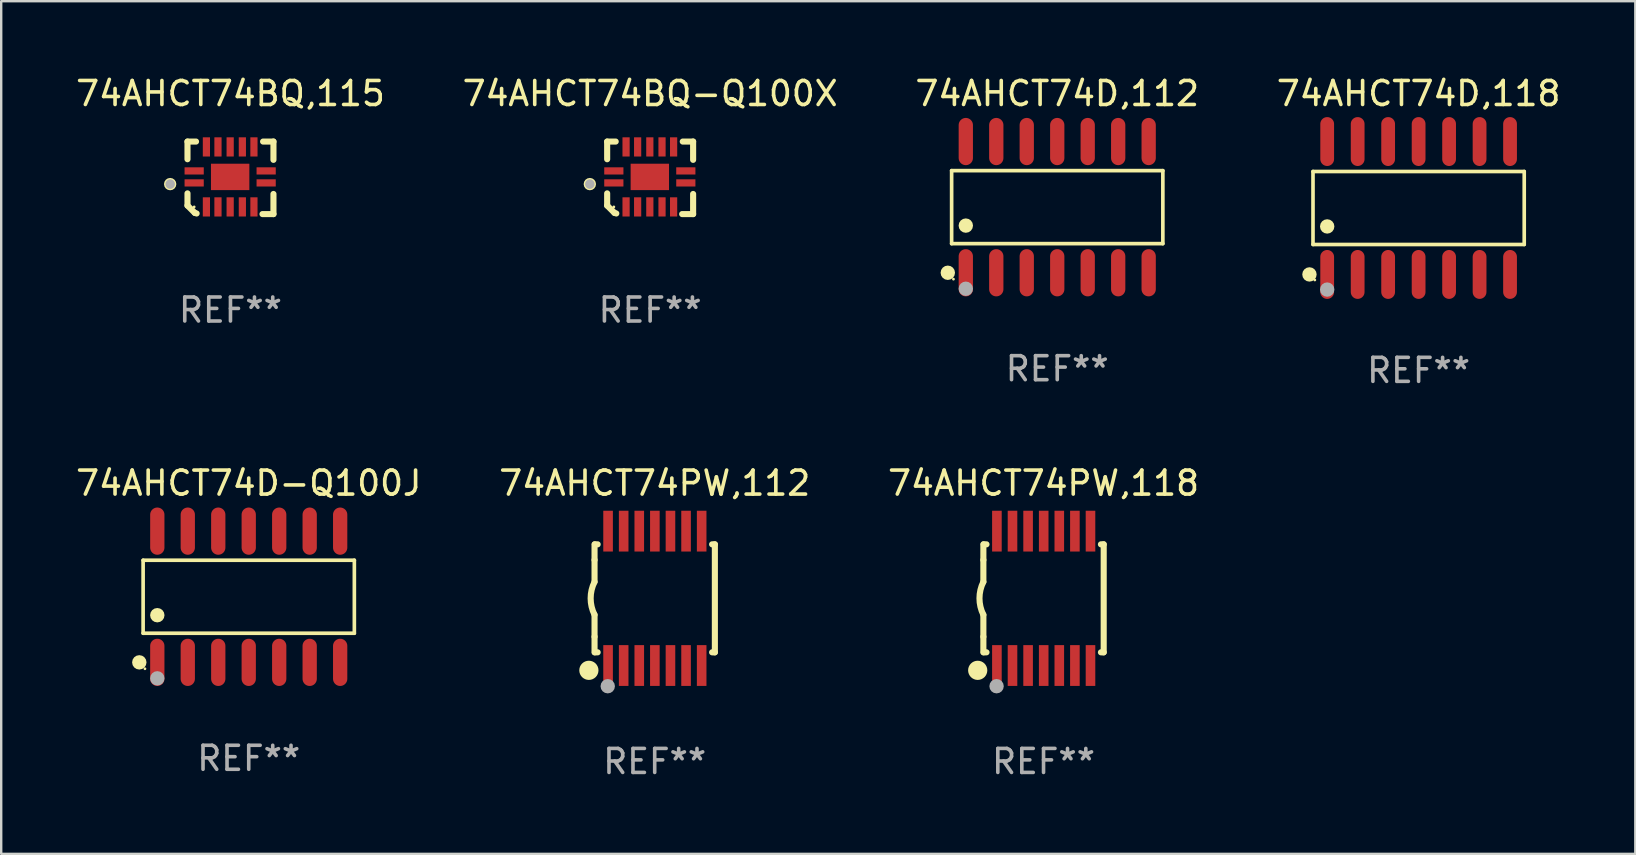
<source format=kicad_pcb>
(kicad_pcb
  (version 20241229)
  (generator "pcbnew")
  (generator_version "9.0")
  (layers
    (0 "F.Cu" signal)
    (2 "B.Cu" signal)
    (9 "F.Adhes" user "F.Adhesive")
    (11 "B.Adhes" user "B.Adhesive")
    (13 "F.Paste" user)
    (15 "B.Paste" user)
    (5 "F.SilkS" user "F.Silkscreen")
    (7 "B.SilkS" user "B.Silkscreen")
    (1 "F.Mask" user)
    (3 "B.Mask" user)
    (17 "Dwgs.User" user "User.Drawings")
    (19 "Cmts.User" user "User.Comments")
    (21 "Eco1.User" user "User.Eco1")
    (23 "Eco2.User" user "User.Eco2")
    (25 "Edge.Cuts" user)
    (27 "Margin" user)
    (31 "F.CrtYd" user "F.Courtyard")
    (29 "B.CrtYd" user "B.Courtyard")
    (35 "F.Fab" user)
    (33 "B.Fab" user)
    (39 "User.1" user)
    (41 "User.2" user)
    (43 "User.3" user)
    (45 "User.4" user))
  (footprint "74AHCT74BQ,115"
    (layer "F.Cu")
    (at 6.554 4.36)
    (property "Reference" "74AHCT74BQ,115" (at 0 -3.511 0) (layer "F.SilkS") (effects (font (size 1 1) (thickness 0.15))))
    (attr through_hole)
    (fp_line (start -1.791 -1.511) (end -1.435 -1.511) (stroke (width 0.254) (type solid)) (layer "F.SilkS"))
    (fp_line (start -1.791 -0.775) (end -1.791 -1.511) (stroke (width 0.254) (type solid)) (layer "F.SilkS"))
    (fp_line (start -1.791 1.156) (end -1.791 0.648) (stroke (width 0.254) (type solid)) (layer "F.SilkS"))
    (fp_line (start -1.486 1.461) (end -1.791 1.156) (stroke (width 0.254) (type solid)) (layer "F.SilkS"))
    (fp_line (start -1.41 1.486) (end -1.486 1.461) (stroke (width 0.254) (type solid)) (layer "F.SilkS"))
    (fp_line (start 1.334 1.511) (end 1.791 1.511) (stroke (width 0.254) (type solid)) (layer "F.SilkS"))
    (fp_line (start 1.791 -1.511) (end 1.359 -1.511) (stroke (width 0.254) (type solid)) (layer "F.SilkS"))
    (fp_line (start 1.791 -0.749) (end 1.791 -1.511) (stroke (width 0.254) (type solid)) (layer "F.SilkS"))
    (fp_line (start 1.791 1.511) (end 1.791 0.673) (stroke (width 0.254) (type solid)) (layer "F.SilkS"))
    (fp_circle (center -2.513 0.262) (end -2.383 0.262) (stroke (width 0.254) (type solid)) (fill no) (layer "F.SilkS"))
    (fp_circle (center -1.513 1.212) (end -1.483 1.212) (stroke (width 0.06) (type solid)) (fill no) (layer "F.SilkS"))
    (fp_circle (center -2.513 0.262) (end -2.413 0.262) (stroke (width 0.2) (type solid)) (fill no) (layer "F.Fab"))
    (fp_text user "REF**" (at 0 5.511 0) (layer "F.Fab") (effects (font (size 1 1) (thickness 0.15))))
    (pad "1" smd rect (at -1.513 0.212) (size 0.8 0.3) (layers "F.Cu" "F.Mask" "F.Paste"))
    (pad "2" smd rect (at -1.003 1.212) (size 0.3 0.8) (layers "F.Cu" "F.Mask" "F.Paste"))
    (pad "3" smd rect (at -0.521 1.212) (size 0.3 0.8) (layers "F.Cu" "F.Mask" "F.Paste"))
    (pad "4" smd rect (at -0.013 1.212) (size 0.3 0.8) (layers "F.Cu" "F.Mask" "F.Paste"))
    (pad "5" smd rect (at 0.495 1.212) (size 0.3 0.8) (layers "F.Cu" "F.Mask" "F.Paste"))
    (pad "6" smd rect (at 0.978 1.212) (size 0.3 0.8) (layers "F.Cu" "F.Mask" "F.Paste"))
    (pad "7" smd rect (at 1.487 0.212) (size 0.8 0.3) (layers "F.Cu" "F.Mask" "F.Paste"))
    (pad "8" smd rect (at 1.487 -0.288) (size 0.8 0.3) (layers "F.Cu" "F.Mask" "F.Paste"))
    (pad "9" smd rect (at 0.978 -1.288) (size 0.3 0.8) (layers "F.Cu" "F.Mask" "F.Paste"))
    (pad "10" smd rect (at 0.495 -1.288) (size 0.3 0.8) (layers "F.Cu" "F.Mask" "F.Paste"))
    (pad "11" smd rect (at -0.013 -1.288) (size 0.3 0.8) (layers "F.Cu" "F.Mask" "F.Paste"))
    (pad "12" smd rect (at -0.521 -1.288) (size 0.3 0.8) (layers "F.Cu" "F.Mask" "F.Paste"))
    (pad "13" smd rect (at -1.003 -1.288) (size 0.3 0.8) (layers "F.Cu" "F.Mask" "F.Paste"))
    (pad "14" smd rect (at -1.513 -0.288) (size 0.8 0.3) (layers "F.Cu" "F.Mask" "F.Paste"))
    (pad "15" smd rect (at -0.013 -0.038 90) (size 1.1 1.6) (layers "F.Cu" "F.Mask" "F.Paste")))
  (footprint "74AHCT74PW,112"
    (layer "F.Cu")
    (at 24.232 21.883)
    (property "Reference" "74AHCT74PW,112" (at 0 -4.8 0) (layer "F.SilkS") (effects (font (size 1 1) (thickness 0.15))))
    (attr through_hole)
    (fp_line (start -2.507 -1.6) (end -2.507 -2.25) (stroke (width 0.254) (type solid)) (layer "F.SilkS"))
    (fp_line (start -2.507 -0.686) (end -2.507 -1.6) (stroke (width 0.254) (type solid)) (layer "F.SilkS"))
    (fp_line (start -2.507 1.6) (end -2.507 0.686) (stroke (width 0.254) (type solid)) (layer "F.SilkS"))
    (fp_line (start -2.507 1.6) (end -2.507 2.25) (stroke (width 0.254) (type solid)) (layer "F.SilkS"))
    (fp_line (start -2.493 -2.25) (end -2.377 -2.25) (stroke (width 0.254) (type solid)) (layer "F.SilkS"))
    (fp_line (start -2.377 2.25) (end -2.493 2.25) (stroke (width 0.254) (type solid)) (layer "F.SilkS"))
    (fp_line (start 2.392 -2.25) (end 2.507 -2.25) (stroke (width 0.254) (type solid)) (layer "F.SilkS"))
    (fp_line (start 2.507 -2.25) (end 2.507 2.25) (stroke (width 0.254) (type solid)) (layer "F.SilkS"))
    (fp_line (start 2.507 2.25) (end 2.392 2.25) (stroke (width 0.254) (type solid)) (layer "F.SilkS"))
    (fp_arc (start -2.507303 0.685802) (mid -2.669199 0) (end -2.507303 -0.685801) (stroke (width 0.254001) (type solid)) (layer "F.SilkS"))
    (fp_circle (center -2.743 3) (end -2.543 3) (stroke (width 0.4) (type solid)) (fill no) (layer "F.SilkS"))
    (fp_circle (center -2.493 3.2) (end -2.463 3.2) (stroke (width 0.06) (type solid)) (fill no) (layer "F.SilkS"))
    (fp_circle (center -1.957 3.662) (end -1.807 3.662) (stroke (width 0.3) (type solid)) (fill no) (layer "F.Fab"))
    (fp_text user "REF**" (at 0 6.8 0) (layer "F.Fab") (effects (font (size 1 1) (thickness 0.15))))
    (pad "1" smd rect (at -1.943 2.8) (size 0.4 1.7) (layers "F.Cu" "F.Mask" "F.Paste"))
    (pad "2" smd rect (at -1.293 2.8) (size 0.4 1.7) (layers "F.Cu" "F.Mask" "F.Paste"))
    (pad "3" smd rect (at -0.643 2.8) (size 0.4 1.7) (layers "F.Cu" "F.Mask" "F.Paste"))
    (pad "4" smd rect (at 0.007 2.8) (size 0.4 1.7) (layers "F.Cu" "F.Mask" "F.Paste"))
    (pad "5" smd rect (at 0.657 2.8) (size 0.4 1.7) (layers "F.Cu" "F.Mask" "F.Paste"))
    (pad "6" smd rect (at 1.307 2.8) (size 0.4 1.7) (layers "F.Cu" "F.Mask" "F.Paste"))
    (pad "7" smd rect (at 1.957 2.8) (size 0.4 1.7) (layers "F.Cu" "F.Mask" "F.Paste"))
    (pad "8" smd rect (at 1.957 -2.8) (size 0.4 1.7) (layers "F.Cu" "F.Mask" "F.Paste"))
    (pad "9" smd rect (at 1.307 -2.8) (size 0.4 1.7) (layers "F.Cu" "F.Mask" "F.Paste"))
    (pad "10" smd rect (at 0.657 -2.8) (size 0.4 1.7) (layers "F.Cu" "F.Mask" "F.Paste"))
    (pad "11" smd rect (at 0.007 -2.8) (size 0.4 1.7) (layers "F.Cu" "F.Mask" "F.Paste"))
    (pad "12" smd rect (at -0.643 -2.8) (size 0.4 1.7) (layers "F.Cu" "F.Mask" "F.Paste"))
    (pad "13" smd rect (at -1.293 -2.8) (size 0.4 1.7) (layers "F.Cu" "F.Mask" "F.Paste"))
    (pad "14" smd rect (at -1.943 -2.8) (size 0.4 1.7) (layers "F.Cu" "F.Mask" "F.Paste")))
  (footprint "74AHCT74PW,118"
    (layer "F.Cu")
    (at 40.435 21.883)
    (property "Reference" "74AHCT74PW,118" (at 0 -4.8 0) (layer "F.SilkS") (effects (font (size 1 1) (thickness 0.15))))
    (attr through_hole)
    (fp_line (start -2.507 -1.6) (end -2.507 -2.25) (stroke (width 0.254) (type solid)) (layer "F.SilkS"))
    (fp_line (start -2.507 -0.686) (end -2.507 -1.6) (stroke (width 0.254) (type solid)) (layer "F.SilkS"))
    (fp_line (start -2.507 1.6) (end -2.507 0.686) (stroke (width 0.254) (type solid)) (layer "F.SilkS"))
    (fp_line (start -2.507 1.6) (end -2.507 2.25) (stroke (width 0.254) (type solid)) (layer "F.SilkS"))
    (fp_line (start -2.493 -2.25) (end -2.377 -2.25) (stroke (width 0.254) (type solid)) (layer "F.SilkS"))
    (fp_line (start -2.377 2.25) (end -2.493 2.25) (stroke (width 0.254) (type solid)) (layer "F.SilkS"))
    (fp_line (start 2.392 -2.25) (end 2.507 -2.25) (stroke (width 0.254) (type solid)) (layer "F.SilkS"))
    (fp_line (start 2.507 -2.25) (end 2.507 2.25) (stroke (width 0.254) (type solid)) (layer "F.SilkS"))
    (fp_line (start 2.507 2.25) (end 2.392 2.25) (stroke (width 0.254) (type solid)) (layer "F.SilkS"))
    (fp_arc (start -2.507303 0.685802) (mid -2.669199 0) (end -2.507303 -0.685801) (stroke (width 0.254001) (type solid)) (layer "F.SilkS"))
    (fp_circle (center -2.743 3) (end -2.543 3) (stroke (width 0.4) (type solid)) (fill no) (layer "F.SilkS"))
    (fp_circle (center -2.493 3.2) (end -2.463 3.2) (stroke (width 0.06) (type solid)) (fill no) (layer "F.SilkS"))
    (fp_circle (center -1.957 3.662) (end -1.807 3.662) (stroke (width 0.3) (type solid)) (fill no) (layer "F.Fab"))
    (fp_text user "REF**" (at 0 6.8 0) (layer "F.Fab") (effects (font (size 1 1) (thickness 0.15))))
    (pad "1" smd rect (at -1.943 2.8) (size 0.4 1.7) (layers "F.Cu" "F.Mask" "F.Paste"))
    (pad "2" smd rect (at -1.293 2.8) (size 0.4 1.7) (layers "F.Cu" "F.Mask" "F.Paste"))
    (pad "3" smd rect (at -0.643 2.8) (size 0.4 1.7) (layers "F.Cu" "F.Mask" "F.Paste"))
    (pad "4" smd rect (at 0.007 2.8) (size 0.4 1.7) (layers "F.Cu" "F.Mask" "F.Paste"))
    (pad "5" smd rect (at 0.657 2.8) (size 0.4 1.7) (layers "F.Cu" "F.Mask" "F.Paste"))
    (pad "6" smd rect (at 1.307 2.8) (size 0.4 1.7) (layers "F.Cu" "F.Mask" "F.Paste"))
    (pad "7" smd rect (at 1.957 2.8) (size 0.4 1.7) (layers "F.Cu" "F.Mask" "F.Paste"))
    (pad "8" smd rect (at 1.957 -2.8) (size 0.4 1.7) (layers "F.Cu" "F.Mask" "F.Paste"))
    (pad "9" smd rect (at 1.307 -2.8) (size 0.4 1.7) (layers "F.Cu" "F.Mask" "F.Paste"))
    (pad "10" smd rect (at 0.657 -2.8) (size 0.4 1.7) (layers "F.Cu" "F.Mask" "F.Paste"))
    (pad "11" smd rect (at 0.007 -2.8) (size 0.4 1.7) (layers "F.Cu" "F.Mask" "F.Paste"))
    (pad "12" smd rect (at -0.643 -2.8) (size 0.4 1.7) (layers "F.Cu" "F.Mask" "F.Paste"))
    (pad "13" smd rect (at -1.293 -2.8) (size 0.4 1.7) (layers "F.Cu" "F.Mask" "F.Paste"))
    (pad "14" smd rect (at -1.943 -2.8) (size 0.4 1.7) (layers "F.Cu" "F.Mask" "F.Paste")))
  (footprint "74AHCT74D,112"
    (layer "F.Cu")
    (at 41.006 5.582)
    (property "Reference" "74AHCT74D,112" (at 0 -4.734 0) (layer "F.SilkS") (effects (font (size 1 1) (thickness 0.15))))
    (attr through_hole)
    (fp_line (start -4.401 -1.521) (end 4.401 -1.521) (stroke (width 0.152) (type solid)) (layer "F.SilkS"))
    (fp_line (start -4.401 1.521) (end -4.401 -1.521) (stroke (width 0.152) (type solid)) (layer "F.SilkS"))
    (fp_line (start 4.401 -1.521) (end 4.401 1.521) (stroke (width 0.152) (type solid)) (layer "F.SilkS"))
    (fp_line (start 4.401 1.521) (end -4.401 1.521) (stroke (width 0.152) (type solid)) (layer "F.SilkS"))
    (fp_circle (center -4.56 2.734) (end -4.41 2.734) (stroke (width 0.3) (type solid)) (fill no) (layer "F.SilkS"))
    (fp_circle (center -4.325 3) (end -4.295 3) (stroke (width 0.06) (type solid)) (fill no) (layer "F.SilkS"))
    (fp_circle (center -3.81 0.769) (end -3.66 0.769) (stroke (width 0.3) (type solid)) (fill no) (layer "F.SilkS"))
    (fp_circle (center -3.81 3.4) (end -3.66 3.4) (stroke (width 0.3) (type solid)) (fill no) (layer "F.Fab"))
    (fp_text user "REF**" (at 0 6.734 0) (layer "F.Fab") (effects (font (size 1 1) (thickness 0.15))))
    (pad "1" smd oval (at -3.81 2.734) (size 0.595 1.968) (layers "F.Cu" "F.Mask" "F.Paste"))
    (pad "2" smd oval (at -2.54 2.734) (size 0.595 1.968) (layers "F.Cu" "F.Mask" "F.Paste"))
    (pad "3" smd oval (at -1.27 2.734) (size 0.595 1.968) (layers "F.Cu" "F.Mask" "F.Paste"))
    (pad "4" smd oval (at 0 2.734) (size 0.595 1.968) (layers "F.Cu" "F.Mask" "F.Paste"))
    (pad "5" smd oval (at 1.27 2.734) (size 0.595 1.968) (layers "F.Cu" "F.Mask" "F.Paste"))
    (pad "6" smd oval (at 2.54 2.734) (size 0.595 1.968) (layers "F.Cu" "F.Mask" "F.Paste"))
    (pad "7" smd oval (at 3.81 2.734) (size 0.595 1.968) (layers "F.Cu" "F.Mask" "F.Paste"))
    (pad "8" smd oval (at 3.81 -2.734) (size 0.595 1.968) (layers "F.Cu" "F.Mask" "F.Paste"))
    (pad "9" smd oval (at 2.54 -2.734) (size 0.595 1.968) (layers "F.Cu" "F.Mask" "F.Paste"))
    (pad "10" smd oval (at 1.27 -2.734) (size 0.595 1.968) (layers "F.Cu" "F.Mask" "F.Paste"))
    (pad "11" smd oval (at 0 -2.734) (size 0.595 1.968) (layers "F.Cu" "F.Mask" "F.Paste"))
    (pad "12" smd oval (at -1.27 -2.734) (size 0.595 1.968) (layers "F.Cu" "F.Mask" "F.Paste"))
    (pad "13" smd oval (at -2.54 -2.734) (size 0.595 1.968) (layers "F.Cu" "F.Mask" "F.Paste"))
    (pad "14" smd oval (at -3.81 -2.734) (size 0.595 1.968) (layers "F.Cu" "F.Mask" "F.Paste")))
  (footprint "74AHCT74D-Q100J"
    (layer "F.Cu")
    (at 7.315 21.817)
    (property "Reference" "74AHCT74D-Q100J" (at 0 -4.734 0) (layer "F.SilkS") (effects (font (size 1 1) (thickness 0.15))))
    (attr through_hole)
    (fp_line (start -4.401 -1.521) (end 4.401 -1.521) (stroke (width 0.152) (type solid)) (layer "F.SilkS"))
    (fp_line (start -4.401 1.521) (end -4.401 -1.521) (stroke (width 0.152) (type solid)) (layer "F.SilkS"))
    (fp_line (start 4.401 -1.521) (end 4.401 1.521) (stroke (width 0.152) (type solid)) (layer "F.SilkS"))
    (fp_line (start 4.401 1.521) (end -4.401 1.521) (stroke (width 0.152) (type solid)) (layer "F.SilkS"))
    (fp_circle (center -4.56 2.734) (end -4.41 2.734) (stroke (width 0.3) (type solid)) (fill no) (layer "F.SilkS"))
    (fp_circle (center -4.325 3) (end -4.295 3) (stroke (width 0.06) (type solid)) (fill no) (layer "F.SilkS"))
    (fp_circle (center -3.81 0.769) (end -3.66 0.769) (stroke (width 0.3) (type solid)) (fill no) (layer "F.SilkS"))
    (fp_circle (center -3.81 3.4) (end -3.66 3.4) (stroke (width 0.3) (type solid)) (fill no) (layer "F.Fab"))
    (fp_text user "REF**" (at 0 6.734 0) (layer "F.Fab") (effects (font (size 1 1) (thickness 0.15))))
    (pad "1" smd oval (at -3.81 2.734) (size 0.595 1.968) (layers "F.Cu" "F.Mask" "F.Paste"))
    (pad "2" smd oval (at -2.54 2.734) (size 0.595 1.968) (layers "F.Cu" "F.Mask" "F.Paste"))
    (pad "3" smd oval (at -1.27 2.734) (size 0.595 1.968) (layers "F.Cu" "F.Mask" "F.Paste"))
    (pad "4" smd oval (at 0 2.734) (size 0.595 1.968) (layers "F.Cu" "F.Mask" "F.Paste"))
    (pad "5" smd oval (at 1.27 2.734) (size 0.595 1.968) (layers "F.Cu" "F.Mask" "F.Paste"))
    (pad "6" smd oval (at 2.54 2.734) (size 0.595 1.968) (layers "F.Cu" "F.Mask" "F.Paste"))
    (pad "7" smd oval (at 3.81 2.734) (size 0.595 1.968) (layers "F.Cu" "F.Mask" "F.Paste"))
    (pad "8" smd oval (at 3.81 -2.734) (size 0.595 1.968) (layers "F.Cu" "F.Mask" "F.Paste"))
    (pad "9" smd oval (at 2.54 -2.734) (size 0.595 1.968) (layers "F.Cu" "F.Mask" "F.Paste"))
    (pad "10" smd oval (at 1.27 -2.734) (size 0.595 1.968) (layers "F.Cu" "F.Mask" "F.Paste"))
    (pad "11" smd oval (at 0 -2.734) (size 0.595 1.968) (layers "F.Cu" "F.Mask" "F.Paste"))
    (pad "12" smd oval (at -1.27 -2.734) (size 0.595 1.968) (layers "F.Cu" "F.Mask" "F.Paste"))
    (pad "13" smd oval (at -2.54 -2.734) (size 0.595 1.968) (layers "F.Cu" "F.Mask" "F.Paste"))
    (pad "14" smd oval (at -3.81 -2.734) (size 0.595 1.968) (layers "F.Cu" "F.Mask" "F.Paste")))
  (footprint "74AHCT74BQ-Q100X"
    (layer "F.Cu")
    (at 24.042 4.36)
    (property "Reference" "74AHCT74BQ-Q100X" (at 0 -3.511 0) (layer "F.SilkS") (effects (font (size 1 1) (thickness 0.15))))
    (attr through_hole)
    (fp_line (start -1.791 -1.511) (end -1.435 -1.511) (stroke (width 0.254) (type solid)) (layer "F.SilkS"))
    (fp_line (start -1.791 -0.775) (end -1.791 -1.511) (stroke (width 0.254) (type solid)) (layer "F.SilkS"))
    (fp_line (start -1.791 1.156) (end -1.791 0.648) (stroke (width 0.254) (type solid)) (layer "F.SilkS"))
    (fp_line (start -1.486 1.461) (end -1.791 1.156) (stroke (width 0.254) (type solid)) (layer "F.SilkS"))
    (fp_line (start -1.41 1.486) (end -1.486 1.461) (stroke (width 0.254) (type solid)) (layer "F.SilkS"))
    (fp_line (start 1.334 1.511) (end 1.791 1.511) (stroke (width 0.254) (type solid)) (layer "F.SilkS"))
    (fp_line (start 1.791 -1.511) (end 1.359 -1.511) (stroke (width 0.254) (type solid)) (layer "F.SilkS"))
    (fp_line (start 1.791 -0.749) (end 1.791 -1.511) (stroke (width 0.254) (type solid)) (layer "F.SilkS"))
    (fp_line (start 1.791 1.511) (end 1.791 0.673) (stroke (width 0.254) (type solid)) (layer "F.SilkS"))
    (fp_circle (center -2.513 0.262) (end -2.383 0.262) (stroke (width 0.254) (type solid)) (fill no) (layer "F.SilkS"))
    (fp_circle (center -1.513 1.212) (end -1.483 1.212) (stroke (width 0.06) (type solid)) (fill no) (layer "F.SilkS"))
    (fp_circle (center -2.513 0.262) (end -2.413 0.262) (stroke (width 0.2) (type solid)) (fill no) (layer "F.Fab"))
    (fp_text user "REF**" (at 0 5.511 0) (layer "F.Fab") (effects (font (size 1 1) (thickness 0.15))))
    (pad "1" smd rect (at -1.513 0.212) (size 0.8 0.3) (layers "F.Cu" "F.Mask" "F.Paste"))
    (pad "2" smd rect (at -1.003 1.212) (size 0.3 0.8) (layers "F.Cu" "F.Mask" "F.Paste"))
    (pad "3" smd rect (at -0.521 1.212) (size 0.3 0.8) (layers "F.Cu" "F.Mask" "F.Paste"))
    (pad "4" smd rect (at -0.013 1.212) (size 0.3 0.8) (layers "F.Cu" "F.Mask" "F.Paste"))
    (pad "5" smd rect (at 0.495 1.212) (size 0.3 0.8) (layers "F.Cu" "F.Mask" "F.Paste"))
    (pad "6" smd rect (at 0.978 1.212) (size 0.3 0.8) (layers "F.Cu" "F.Mask" "F.Paste"))
    (pad "7" smd rect (at 1.487 0.212) (size 0.8 0.3) (layers "F.Cu" "F.Mask" "F.Paste"))
    (pad "8" smd rect (at 1.487 -0.288) (size 0.8 0.3) (layers "F.Cu" "F.Mask" "F.Paste"))
    (pad "9" smd rect (at 0.978 -1.288) (size 0.3 0.8) (layers "F.Cu" "F.Mask" "F.Paste"))
    (pad "10" smd rect (at 0.495 -1.288) (size 0.3 0.8) (layers "F.Cu" "F.Mask" "F.Paste"))
    (pad "11" smd rect (at -0.013 -1.288) (size 0.3 0.8) (layers "F.Cu" "F.Mask" "F.Paste"))
    (pad "12" smd rect (at -0.521 -1.288) (size 0.3 0.8) (layers "F.Cu" "F.Mask" "F.Paste"))
    (pad "13" smd rect (at -1.003 -1.288) (size 0.3 0.8) (layers "F.Cu" "F.Mask" "F.Paste"))
    (pad "14" smd rect (at -1.513 -0.288) (size 0.8 0.3) (layers "F.Cu" "F.Mask" "F.Paste"))
    (pad "15" smd rect (at -0.013 -0.038 90) (size 1.1 1.6) (layers "F.Cu" "F.Mask" "F.Paste")))
  (footprint "74AHCT74D,118"
    (layer "F.Cu")
    (at 56.065 5.617)
    (property "Reference" "74AHCT74D,118" (at 0 -4.769 0) (layer "F.SilkS") (effects (font (size 1 1) (thickness 0.15))))
    (attr through_hole)
    (fp_line (start -4.401 -1.521) (end 4.401 -1.521) (stroke (width 0.152) (type solid)) (layer "F.SilkS"))
    (fp_line (start -4.401 1.521) (end -4.401 -1.521) (stroke (width 0.152) (type solid)) (layer "F.SilkS"))
    (fp_line (start 4.401 -1.521) (end 4.401 1.521) (stroke (width 0.152) (type solid)) (layer "F.SilkS"))
    (fp_line (start 4.401 1.521) (end -4.401 1.521) (stroke (width 0.152) (type solid)) (layer "F.SilkS"))
    (fp_circle (center -4.549 2.769) (end -4.399 2.769) (stroke (width 0.3) (type solid)) (fill no) (layer "F.SilkS"))
    (fp_circle (center -4.325 3) (end -4.295 3) (stroke (width 0.06) (type solid)) (fill no) (layer "F.SilkS"))
    (fp_circle (center -3.81 0.769) (end -3.66 0.769) (stroke (width 0.3) (type solid)) (fill no) (layer "F.SilkS"))
    (fp_circle (center -3.81 3.4) (end -3.66 3.4) (stroke (width 0.3) (type solid)) (fill no) (layer "F.Fab"))
    (fp_text user "REF**" (at 0 6.769 0) (layer "F.Fab") (effects (font (size 1 1) (thickness 0.15))))
    (pad "1" smd oval (at -3.81 2.769) (size 0.574 2.038) (layers "F.Cu" "F.Mask" "F.Paste"))
    (pad "2" smd oval (at -2.54 2.769) (size 0.574 2.038) (layers "F.Cu" "F.Mask" "F.Paste"))
    (pad "3" smd oval (at -1.27 2.769) (size 0.574 2.038) (layers "F.Cu" "F.Mask" "F.Paste"))
    (pad "4" smd oval (at 0 2.769) (size 0.574 2.038) (layers "F.Cu" "F.Mask" "F.Paste"))
    (pad "5" smd oval (at 1.27 2.769) (size 0.574 2.038) (layers "F.Cu" "F.Mask" "F.Paste"))
    (pad "6" smd oval (at 2.54 2.769) (size 0.574 2.038) (layers "F.Cu" "F.Mask" "F.Paste"))
    (pad "7" smd oval (at 3.81 2.769) (size 0.574 2.038) (layers "F.Cu" "F.Mask" "F.Paste"))
    (pad "8" smd oval (at 3.81 -2.769) (size 0.574 2.038) (layers "F.Cu" "F.Mask" "F.Paste"))
    (pad "9" smd oval (at 2.54 -2.769) (size 0.574 2.038) (layers "F.Cu" "F.Mask" "F.Paste"))
    (pad "10" smd oval (at 1.27 -2.769) (size 0.574 2.038) (layers "F.Cu" "F.Mask" "F.Paste"))
    (pad "11" smd oval (at 0 -2.769) (size 0.574 2.038) (layers "F.Cu" "F.Mask" "F.Paste"))
    (pad "12" smd oval (at -1.27 -2.769) (size 0.574 2.038) (layers "F.Cu" "F.Mask" "F.Paste"))
    (pad "13" smd oval (at -2.54 -2.769) (size 0.574 2.038) (layers "F.Cu" "F.Mask" "F.Paste"))
    (pad "14" smd oval (at -3.81 -2.769) (size 0.574 2.038) (layers "F.Cu" "F.Mask" "F.Paste")))
  (gr_rect
    (start -3 -3)
    (end 65.095 32.531)
    (stroke (width 0.1) (type default))
    (fill no)
    (layer "Edge.Cuts")))
</source>
